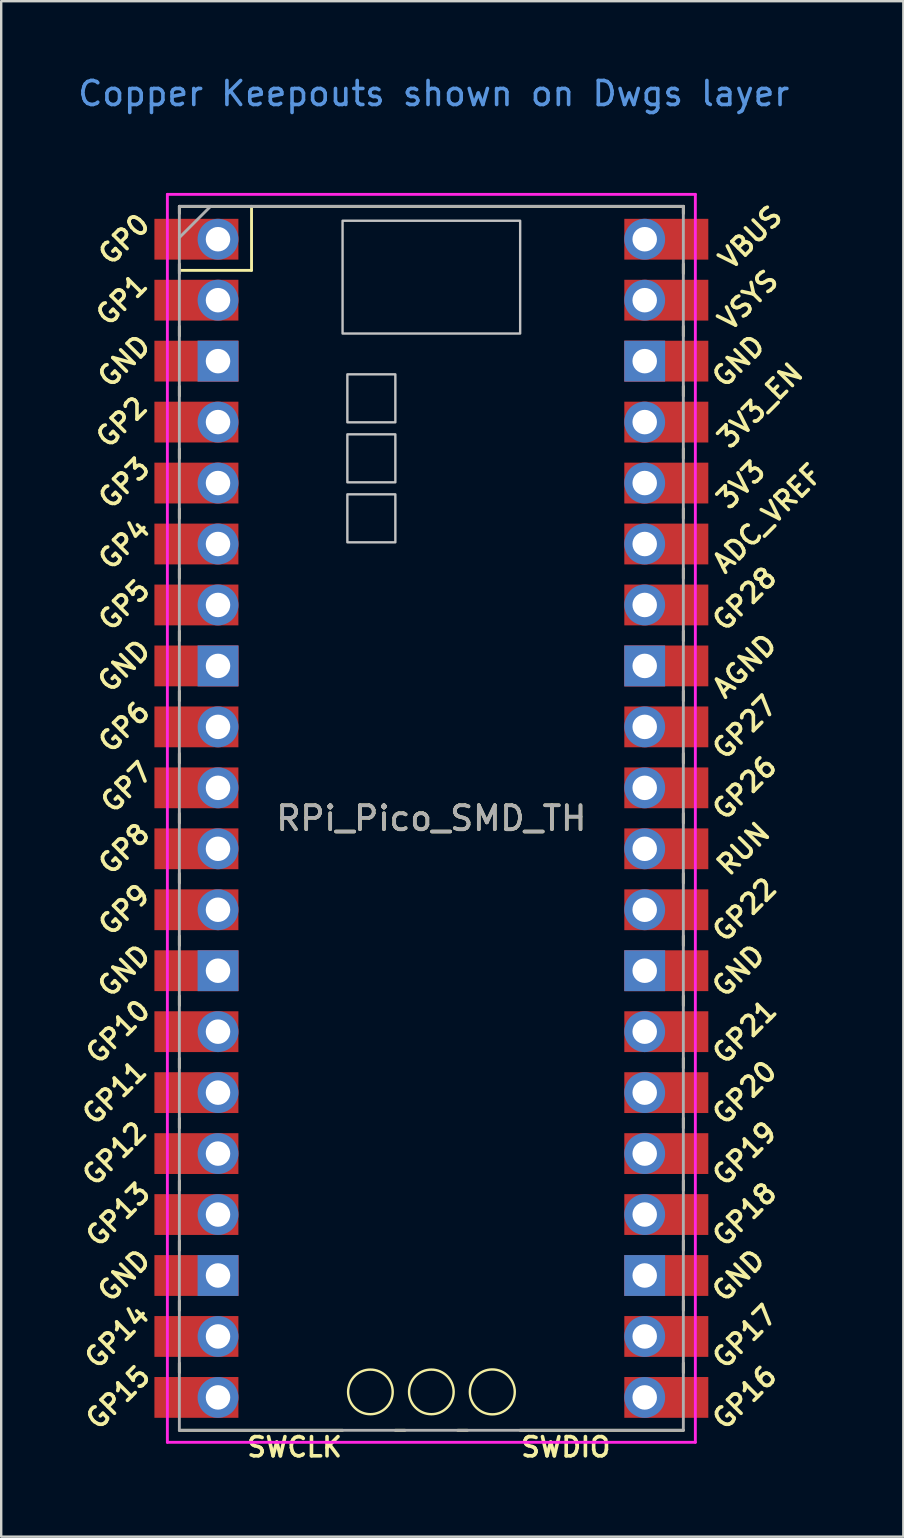
<source format=kicad_pcb>
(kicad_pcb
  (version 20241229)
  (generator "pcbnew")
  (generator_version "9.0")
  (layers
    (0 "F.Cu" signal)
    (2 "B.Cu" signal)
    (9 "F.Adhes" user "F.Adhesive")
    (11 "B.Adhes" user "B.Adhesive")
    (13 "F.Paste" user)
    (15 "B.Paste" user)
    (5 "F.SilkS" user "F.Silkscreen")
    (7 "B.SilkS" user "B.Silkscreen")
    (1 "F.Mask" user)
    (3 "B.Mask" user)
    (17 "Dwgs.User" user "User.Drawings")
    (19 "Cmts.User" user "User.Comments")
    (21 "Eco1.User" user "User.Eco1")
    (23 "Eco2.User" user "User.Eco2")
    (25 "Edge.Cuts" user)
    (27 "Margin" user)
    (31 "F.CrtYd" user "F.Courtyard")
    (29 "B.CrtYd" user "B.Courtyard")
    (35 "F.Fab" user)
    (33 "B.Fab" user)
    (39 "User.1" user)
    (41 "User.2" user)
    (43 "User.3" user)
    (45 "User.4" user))
  (footprint "RPi_Pico_SMD_TH"
    (layer "F.Cu")
    (at 14.924 31.048)
    (property "Reference" "RPi_Pico_SMD_TH" (at 0 0 0) (layer "F.SilkS") (effects (font (size 1 1) (thickness 0.15))))
    (attr through_hole)
    (fp_line (start -10.5 -25.5) (end -10.5 -25.2) (stroke (width 0.12) (type solid)) (layer "F.SilkS"))
    (fp_line (start -10.5 -25.5) (end 10.5 -25.5) (stroke (width 0.12) (type solid)) (layer "F.SilkS"))
    (fp_line (start -10.5 -23.1) (end -10.5 -22.7) (stroke (width 0.12) (type solid)) (layer "F.SilkS"))
    (fp_line (start -10.5 -22.833) (end -7.493 -22.833) (stroke (width 0.12) (type solid)) (layer "F.SilkS"))
    (fp_line (start -10.5 -20.5) (end -10.5 -20.1) (stroke (width 0.12) (type solid)) (layer "F.SilkS"))
    (fp_line (start -10.5 -18) (end -10.5 -17.6) (stroke (width 0.12) (type solid)) (layer "F.SilkS"))
    (fp_line (start -10.5 -15.4) (end -10.5 -15) (stroke (width 0.12) (type solid)) (layer "F.SilkS"))
    (fp_line (start -10.5 -12.9) (end -10.5 -12.5) (stroke (width 0.12) (type solid)) (layer "F.SilkS"))
    (fp_line (start -10.5 -10.4) (end -10.5 -10) (stroke (width 0.12) (type solid)) (layer "F.SilkS"))
    (fp_line (start -10.5 -7.8) (end -10.5 -7.4) (stroke (width 0.12) (type solid)) (layer "F.SilkS"))
    (fp_line (start -10.5 -5.3) (end -10.5 -4.9) (stroke (width 0.12) (type solid)) (layer "F.SilkS"))
    (fp_line (start -10.5 -2.7) (end -10.5 -2.3) (stroke (width 0.12) (type solid)) (layer "F.SilkS"))
    (fp_line (start -10.5 -0.2) (end -10.5 0.2) (stroke (width 0.12) (type solid)) (layer "F.SilkS"))
    (fp_line (start -10.5 2.3) (end -10.5 2.7) (stroke (width 0.12) (type solid)) (layer "F.SilkS"))
    (fp_line (start -10.5 4.9) (end -10.5 5.3) (stroke (width 0.12) (type solid)) (layer "F.SilkS"))
    (fp_line (start -10.5 7.4) (end -10.5 7.8) (stroke (width 0.12) (type solid)) (layer "F.SilkS"))
    (fp_line (start -10.5 10) (end -10.5 10.4) (stroke (width 0.12) (type solid)) (layer "F.SilkS"))
    (fp_line (start -10.5 12.5) (end -10.5 12.9) (stroke (width 0.12) (type solid)) (layer "F.SilkS"))
    (fp_line (start -10.5 15.1) (end -10.5 15.5) (stroke (width 0.12) (type solid)) (layer "F.SilkS"))
    (fp_line (start -10.5 17.6) (end -10.5 18) (stroke (width 0.12) (type solid)) (layer "F.SilkS"))
    (fp_line (start -10.5 20.1) (end -10.5 20.5) (stroke (width 0.12) (type solid)) (layer "F.SilkS"))
    (fp_line (start -10.5 22.7) (end -10.5 23.1) (stroke (width 0.12) (type solid)) (layer "F.SilkS"))
    (fp_line (start -7.493 -22.833) (end -7.493 -25.5) (stroke (width 0.12) (type solid)) (layer "F.SilkS"))
    (fp_line (start -3.7 25.5) (end -10.5 25.5) (stroke (width 0.12) (type solid)) (layer "F.SilkS"))
    (fp_line (start -1.5 25.5) (end -1.1 25.5) (stroke (width 0.12) (type solid)) (layer "F.SilkS"))
    (fp_line (start 1.1 25.5) (end 1.5 25.5) (stroke (width 0.12) (type solid)) (layer "F.SilkS"))
    (fp_line (start 10.5 -25.5) (end 10.5 -25.2) (stroke (width 0.12) (type solid)) (layer "F.SilkS"))
    (fp_line (start 10.5 -23.1) (end 10.5 -22.7) (stroke (width 0.12) (type solid)) (layer "F.SilkS"))
    (fp_line (start 10.5 -20.5) (end 10.5 -20.1) (stroke (width 0.12) (type solid)) (layer "F.SilkS"))
    (fp_line (start 10.5 -18) (end 10.5 -17.6) (stroke (width 0.12) (type solid)) (layer "F.SilkS"))
    (fp_line (start 10.5 -15.4) (end 10.5 -15) (stroke (width 0.12) (type solid)) (layer "F.SilkS"))
    (fp_line (start 10.5 -12.9) (end 10.5 -12.5) (stroke (width 0.12) (type solid)) (layer "F.SilkS"))
    (fp_line (start 10.5 -10.4) (end 10.5 -10) (stroke (width 0.12) (type solid)) (layer "F.SilkS"))
    (fp_line (start 10.5 -7.8) (end 10.5 -7.4) (stroke (width 0.12) (type solid)) (layer "F.SilkS"))
    (fp_line (start 10.5 -5.3) (end 10.5 -4.9) (stroke (width 0.12) (type solid)) (layer "F.SilkS"))
    (fp_line (start 10.5 -2.7) (end 10.5 -2.3) (stroke (width 0.12) (type solid)) (layer "F.SilkS"))
    (fp_line (start 10.5 -0.2) (end 10.5 0.2) (stroke (width 0.12) (type solid)) (layer "F.SilkS"))
    (fp_line (start 10.5 2.3) (end 10.5 2.7) (stroke (width 0.12) (type solid)) (layer "F.SilkS"))
    (fp_line (start 10.5 4.9) (end 10.5 5.3) (stroke (width 0.12) (type solid)) (layer "F.SilkS"))
    (fp_line (start 10.5 7.4) (end 10.5 7.8) (stroke (width 0.12) (type solid)) (layer "F.SilkS"))
    (fp_line (start 10.5 10) (end 10.5 10.4) (stroke (width 0.12) (type solid)) (layer "F.SilkS"))
    (fp_line (start 10.5 12.5) (end 10.5 12.9) (stroke (width 0.12) (type solid)) (layer "F.SilkS"))
    (fp_line (start 10.5 15.1) (end 10.5 15.5) (stroke (width 0.12) (type solid)) (layer "F.SilkS"))
    (fp_line (start 10.5 17.6) (end 10.5 18) (stroke (width 0.12) (type solid)) (layer "F.SilkS"))
    (fp_line (start 10.5 20.1) (end 10.5 20.5) (stroke (width 0.12) (type solid)) (layer "F.SilkS"))
    (fp_line (start 10.5 22.7) (end 10.5 23.1) (stroke (width 0.12) (type solid)) (layer "F.SilkS"))
    (fp_line (start 10.5 25.5) (end 3.7 25.5) (stroke (width 0.12) (type solid)) (layer "F.SilkS"))
    (fp_circle (center -2.54 23.9) (end -1.778 23.368) (stroke (width 0.1) (type default)) (fill no) (layer "F.SilkS"))
    (fp_circle (center 0 23.9) (end 0.762 23.368) (stroke (width 0.1) (type default)) (fill no) (layer "F.SilkS"))
    (fp_circle (center 2.54 23.9) (end 3.048 23.114) (stroke (width 0.1) (type default)) (fill no) (layer "F.SilkS"))
    (fp_poly (pts (xy -1.5 -16.5) (xy -3.5 -16.5) (xy -3.5 -18.5) (xy -1.5 -18.5)) (stroke (width 0.1) (type solid)) (fill no) (layer "Dwgs.User"))
    (fp_poly (pts (xy -1.5 -14) (xy -3.5 -14) (xy -3.5 -16) (xy -1.5 -16)) (stroke (width 0.1) (type solid)) (fill no) (layer "Dwgs.User"))
    (fp_poly (pts (xy -1.5 -11.5) (xy -3.5 -11.5) (xy -3.5 -13.5) (xy -1.5 -13.5)) (stroke (width 0.1) (type solid)) (fill no) (layer "Dwgs.User"))
    (fp_poly (pts (xy 3.7 -20.2) (xy -3.7 -20.2) (xy -3.7 -24.9) (xy 3.7 -24.9)) (stroke (width 0.1) (type solid)) (fill no) (layer "Dwgs.User"))
    (fp_line (start -11 -26) (end 11 -26) (stroke (width 0.12) (type solid)) (layer "F.CrtYd"))
    (fp_line (start -11 26) (end -11 -26) (stroke (width 0.12) (type solid)) (layer "F.CrtYd"))
    (fp_line (start 11 -26) (end 11 26) (stroke (width 0.12) (type solid)) (layer "F.CrtYd"))
    (fp_line (start 11 26) (end -11 26) (stroke (width 0.12) (type solid)) (layer "F.CrtYd"))
    (fp_line (start -10.5 -25.5) (end 10.5 -25.5) (stroke (width 0.12) (type solid)) (layer "F.Fab"))
    (fp_line (start -10.5 -24.2) (end -9.2 -25.5) (stroke (width 0.12) (type solid)) (layer "F.Fab"))
    (fp_line (start -10.5 25.5) (end -10.5 -25.5) (stroke (width 0.12) (type solid)) (layer "F.Fab"))
    (fp_line (start 10.5 -25.5) (end 10.5 25.5) (stroke (width 0.12) (type solid)) (layer "F.Fab"))
    (fp_line (start 10.5 25.5) (end -10.5 25.5) (stroke (width 0.12) (type solid)) (layer "F.Fab"))
    (fp_text user "GP20" (at 13.054 11.43 45) (layer "F.SilkS") (effects (font (size 0.8 0.8) (thickness 0.15))))
    (fp_text user "GND" (at -12.8 6.35 45) (layer "F.SilkS") (effects (font (size 0.8 0.8) (thickness 0.15))))
    (fp_text user "ADC_VREF" (at 14 -12.5 45) (layer "F.SilkS") (effects (font (size 0.8 0.8) (thickness 0.15))))
    (fp_text user "GP11" (at -13.2 11.43 45) (layer "F.SilkS") (effects (font (size 0.8 0.8) (thickness 0.15))))
    (fp_text user "GP27" (at 13.054 -3.8 45) (layer "F.SilkS") (effects (font (size 0.8 0.8) (thickness 0.15))))
    (fp_text user "GP10" (at -13.054 8.89 45) (layer "F.SilkS") (effects (font (size 0.8 0.8) (thickness 0.15))))
    (fp_text user "GP22" (at 13.054 3.81 45) (layer "F.SilkS") (effects (font (size 0.8 0.8) (thickness 0.15))))
    (fp_text user "GP21" (at 13.054 8.9 45) (layer "F.SilkS") (effects (font (size 0.8 0.8) (thickness 0.15))))
    (fp_text user "GP2" (at -12.9 -16.51 45) (layer "F.SilkS") (effects (font (size 0.8 0.8) (thickness 0.15))))
    (fp_text user "GND" (at 12.8 19.05 45) (layer "F.SilkS") (effects (font (size 0.8 0.8) (thickness 0.15))))
    (fp_text user "GP5" (at -12.8 -8.89 45) (layer "F.SilkS") (effects (font (size 0.8 0.8) (thickness 0.15))))
    (fp_text user "AGND" (at 13.054 -6.35 45) (layer "F.SilkS") (effects (font (size 0.8 0.8) (thickness 0.15))))
    (fp_text user "GP1" (at -12.9 -21.6 45) (layer "F.SilkS") (effects (font (size 0.8 0.8) (thickness 0.15))))
    (fp_text user "GP0" (at -12.8 -24.13 45) (layer "F.SilkS") (effects (font (size 0.8 0.8) (thickness 0.15))))
    (fp_text user "GP26" (at 13.054 -1.27 45) (layer "F.SilkS") (effects (font (size 0.8 0.8) (thickness 0.15))))
    (fp_text user "GP3" (at -12.8 -13.97 45) (layer "F.SilkS") (effects (font (size 0.8 0.8) (thickness 0.15))))
    (fp_text user "GP4" (at -12.8 -11.43 45) (layer "F.SilkS") (effects (font (size 0.8 0.8) (thickness 0.15))))
    (fp_text user "GP16" (at 13.054 24.13 45) (layer "F.SilkS") (effects (font (size 0.8 0.8) (thickness 0.15))))
    (fp_text user "GP17" (at 13.054 21.59 45) (layer "F.SilkS") (effects (font (size 0.8 0.8) (thickness 0.15))))
    (fp_text user "GP12" (at -13.2 13.97 45) (layer "F.SilkS") (effects (font (size 0.8 0.8) (thickness 0.15))))
    (fp_text user "SWDIO" (at 5.6 26.2 0) (layer "F.SilkS") (effects (font (size 0.8 0.8) (thickness 0.15))))
    (fp_text user "3V3_EN" (at 13.7 -17.2 45) (layer "F.SilkS") (effects (font (size 0.8 0.8) (thickness 0.15))))
    (fp_text user "VSYS" (at 13.2 -21.59 45) (layer "F.SilkS") (effects (font (size 0.8 0.8) (thickness 0.15))))
    (fp_text user "GP13" (at -13.054 16.51 45) (layer "F.SilkS") (effects (font (size 0.8 0.8) (thickness 0.15))))
    (fp_text user "GP28" (at 13.054 -9.144 45) (layer "F.SilkS") (effects (font (size 0.8 0.8) (thickness 0.15))))
    (fp_text user "GP7" (at -12.7 -1.3 45) (layer "F.SilkS") (effects (font (size 0.8 0.8) (thickness 0.15))))
    (fp_text user "GP6" (at -12.8 -3.81 45) (layer "F.SilkS") (effects (font (size 0.8 0.8) (thickness 0.15))))
    (fp_text user "GP9" (at -12.8 3.81 45) (layer "F.SilkS") (effects (font (size 0.8 0.8) (thickness 0.15))))
    (fp_text user "GP15" (at -13.054 24.13 45) (layer "F.SilkS") (effects (font (size 0.8 0.8) (thickness 0.15))))
    (fp_text user "GND" (at -12.8 19.05 45) (layer "F.SilkS") (effects (font (size 0.8 0.8) (thickness 0.15))))
    (fp_text user "VBUS" (at 13.3 -24.2 45) (layer "F.SilkS") (effects (font (size 0.8 0.8) (thickness 0.15))))
    (fp_text user "SWCLK" (at -5.7 26.2 0) (layer "F.SilkS") (effects (font (size 0.8 0.8) (thickness 0.15))))
    (fp_text user "GP8" (at -12.8 1.27 45) (layer "F.SilkS") (effects (font (size 0.8 0.8) (thickness 0.15))))
    (fp_text user "GND" (at 12.8 6.35 45) (layer "F.SilkS") (effects (font (size 0.8 0.8) (thickness 0.15))))
    (fp_text user "GP19" (at 13.054 13.97 45) (layer "F.SilkS") (effects (font (size 0.8 0.8) (thickness 0.15))))
    (fp_text user "RUN" (at 13 1.27 45) (layer "F.SilkS") (effects (font (size 0.8 0.8) (thickness 0.15))))
    (fp_text user "GP18" (at 13.054 16.51 45) (layer "F.SilkS") (effects (font (size 0.8 0.8) (thickness 0.15))))
    (fp_text user "GND" (at -12.8 -19.05 45) (layer "F.SilkS") (effects (font (size 0.8 0.8) (thickness 0.15))))
    (fp_text user "GND" (at 12.8 -19.05 45) (layer "F.SilkS") (effects (font (size 0.8 0.8) (thickness 0.15))))
    (fp_text user "GP14" (at -13.1 21.59 45) (layer "F.SilkS") (effects (font (size 0.8 0.8) (thickness 0.15))))
    (fp_text user "GND" (at -12.8 -6.35 45) (layer "F.SilkS") (effects (font (size 0.8 0.8) (thickness 0.15))))
    (fp_text user "3V3" (at 12.9 -13.9 45) (layer "F.SilkS") (effects (font (size 0.8 0.8) (thickness 0.15))))
    (fp_text user "Copper Keepouts shown on Dwgs layer" (at 0.1 -30.2 0) (layer "Cmts.User") (effects (font (size 1 1) (thickness 0.15))))
    (fp_text user "${REFERENCE}" (at 0 0 180) (layer "F.Fab") (effects (font (size 1 1) (thickness 0.15))))
    (pad "1" thru_hole oval (at -8.89 -24.13) (size 1.7 1.7) (drill 1.02) (layers "*.Cu" "*.Mask"))
    (pad "1" smd rect (at -8.89 -24.13) (size 3.5 1.7) (drill (offset -0.9 0)) (layers "F.Cu" "F.Mask"))
    (pad "2" thru_hole oval (at -8.89 -21.59) (size 1.7 1.7) (drill 1.02) (layers "*.Cu" "*.Mask"))
    (pad "2" smd rect (at -8.89 -21.59) (size 3.5 1.7) (drill (offset -0.9 0)) (layers "F.Cu" "F.Mask"))
    (pad "3" thru_hole rect (at -8.89 -19.05) (size 1.7 1.7) (drill 1.02) (layers "*.Cu" "*.Mask"))
    (pad "3" smd rect (at -8.89 -19.05) (size 3.5 1.7) (drill (offset -0.9 0)) (layers "F.Cu" "F.Mask"))
    (pad "4" thru_hole oval (at -8.89 -16.51) (size 1.7 1.7) (drill 1.02) (layers "*.Cu" "*.Mask"))
    (pad "4" smd rect (at -8.89 -16.51) (size 3.5 1.7) (drill (offset -0.9 0)) (layers "F.Cu" "F.Mask"))
    (pad "5" thru_hole oval (at -8.89 -13.97) (size 1.7 1.7) (drill 1.02) (layers "*.Cu" "*.Mask"))
    (pad "5" smd rect (at -8.89 -13.97) (size 3.5 1.7) (drill (offset -0.9 0)) (layers "F.Cu" "F.Mask"))
    (pad "6" thru_hole oval (at -8.89 -11.43) (size 1.7 1.7) (drill 1.02) (layers "*.Cu" "*.Mask"))
    (pad "6" smd rect (at -8.89 -11.43) (size 3.5 1.7) (drill (offset -0.9 0)) (layers "F.Cu" "F.Mask"))
    (pad "7" thru_hole oval (at -8.89 -8.89) (size 1.7 1.7) (drill 1.02) (layers "*.Cu" "*.Mask"))
    (pad "7" smd rect (at -8.89 -8.89) (size 3.5 1.7) (drill (offset -0.9 0)) (layers "F.Cu" "F.Mask"))
    (pad "8" thru_hole rect (at -8.89 -6.35) (size 1.7 1.7) (drill 1.02) (layers "*.Cu" "*.Mask"))
    (pad "8" smd rect (at -8.89 -6.35) (size 3.5 1.7) (drill (offset -0.9 0)) (layers "F.Cu" "F.Mask"))
    (pad "9" thru_hole oval (at -8.89 -3.81) (size 1.7 1.7) (drill 1.02) (layers "*.Cu" "*.Mask"))
    (pad "9" smd rect (at -8.89 -3.81) (size 3.5 1.7) (drill (offset -0.9 0)) (layers "F.Cu" "F.Mask"))
    (pad "10" thru_hole oval (at -8.89 -1.27) (size 1.7 1.7) (drill 1.02) (layers "*.Cu" "*.Mask"))
    (pad "10" smd rect (at -8.89 -1.27) (size 3.5 1.7) (drill (offset -0.9 0)) (layers "F.Cu" "F.Mask"))
    (pad "11" thru_hole oval (at -8.89 1.27) (size 1.7 1.7) (drill 1.02) (layers "*.Cu" "*.Mask"))
    (pad "11" smd rect (at -8.89 1.27) (size 3.5 1.7) (drill (offset -0.9 0)) (layers "F.Cu" "F.Mask"))
    (pad "12" thru_hole oval (at -8.89 3.81) (size 1.7 1.7) (drill 1.02) (layers "*.Cu" "*.Mask"))
    (pad "12" smd rect (at -8.89 3.81) (size 3.5 1.7) (drill (offset -0.9 0)) (layers "F.Cu" "F.Mask"))
    (pad "13" thru_hole rect (at -8.89 6.35) (size 1.7 1.7) (drill 1.02) (layers "*.Cu" "*.Mask"))
    (pad "13" smd rect (at -8.89 6.35) (size 3.5 1.7) (drill (offset -0.9 0)) (layers "F.Cu" "F.Mask"))
    (pad "14" thru_hole oval (at -8.89 8.89) (size 1.7 1.7) (drill 1.02) (layers "*.Cu" "*.Mask"))
    (pad "14" smd rect (at -8.89 8.89) (size 3.5 1.7) (drill (offset -0.9 0)) (layers "F.Cu" "F.Mask"))
    (pad "15" thru_hole oval (at -8.89 11.43) (size 1.7 1.7) (drill 1.02) (layers "*.Cu" "*.Mask"))
    (pad "15" smd rect (at -8.89 11.43) (size 3.5 1.7) (drill (offset -0.9 0)) (layers "F.Cu" "F.Mask"))
    (pad "16" thru_hole oval (at -8.89 13.97) (size 1.7 1.7) (drill 1.02) (layers "*.Cu" "*.Mask"))
    (pad "16" smd rect (at -8.89 13.97) (size 3.5 1.7) (drill (offset -0.9 0)) (layers "F.Cu" "F.Mask"))
    (pad "17" thru_hole oval (at -8.89 16.51) (size 1.7 1.7) (drill 1.02) (layers "*.Cu" "*.Mask"))
    (pad "17" smd rect (at -8.89 16.51) (size 3.5 1.7) (drill (offset -0.9 0)) (layers "F.Cu" "F.Mask"))
    (pad "18" thru_hole rect (at -8.89 19.05) (size 1.7 1.7) (drill 1.02) (layers "*.Cu" "*.Mask"))
    (pad "18" smd rect (at -8.89 19.05) (size 3.5 1.7) (drill (offset -0.9 0)) (layers "F.Cu" "F.Mask"))
    (pad "19" thru_hole oval (at -8.89 21.59) (size 1.7 1.7) (drill 1.02) (layers "*.Cu" "*.Mask"))
    (pad "19" smd rect (at -8.89 21.59) (size 3.5 1.7) (drill (offset -0.9 0)) (layers "F.Cu" "F.Mask"))
    (pad "20" thru_hole oval (at -8.89 24.13) (size 1.7 1.7) (drill 1.02) (layers "*.Cu" "*.Mask"))
    (pad "20" smd rect (at -8.89 24.13) (size 3.5 1.7) (drill (offset -0.9 0)) (layers "F.Cu" "F.Mask"))
    (pad "21" thru_hole oval (at 8.89 24.13) (size 1.7 1.7) (drill 1.02) (layers "*.Cu" "*.Mask"))
    (pad "21" smd rect (at 8.89 24.13) (size 3.5 1.7) (drill (offset 0.9 0)) (layers "F.Cu" "F.Mask"))
    (pad "22" thru_hole oval (at 8.89 21.59) (size 1.7 1.7) (drill 1.02) (layers "*.Cu" "*.Mask"))
    (pad "22" smd rect (at 8.89 21.59) (size 3.5 1.7) (drill (offset 0.9 0)) (layers "F.Cu" "F.Mask"))
    (pad "23" thru_hole rect (at 8.89 19.05) (size 1.7 1.7) (drill 1.02) (layers "*.Cu" "*.Mask"))
    (pad "23" smd rect (at 8.89 19.05) (size 3.5 1.7) (drill (offset 0.9 0)) (layers "F.Cu" "F.Mask"))
    (pad "24" thru_hole oval (at 8.89 16.51) (size 1.7 1.7) (drill 1.02) (layers "*.Cu" "*.Mask"))
    (pad "24" smd rect (at 8.89 16.51) (size 3.5 1.7) (drill (offset 0.9 0)) (layers "F.Cu" "F.Mask"))
    (pad "25" thru_hole oval (at 8.89 13.97) (size 1.7 1.7) (drill 1.02) (layers "*.Cu" "*.Mask"))
    (pad "25" smd rect (at 8.89 13.97) (size 3.5 1.7) (drill (offset 0.9 0)) (layers "F.Cu" "F.Mask"))
    (pad "26" thru_hole oval (at 8.89 11.43) (size 1.7 1.7) (drill 1.02) (layers "*.Cu" "*.Mask"))
    (pad "26" smd rect (at 8.89 11.43) (size 3.5 1.7) (drill (offset 0.9 0)) (layers "F.Cu" "F.Mask"))
    (pad "27" thru_hole oval (at 8.89 8.89) (size 1.7 1.7) (drill 1.02) (layers "*.Cu" "*.Mask"))
    (pad "27" smd rect (at 8.89 8.89) (size 3.5 1.7) (drill (offset 0.9 0)) (layers "F.Cu" "F.Mask"))
    (pad "28" thru_hole rect (at 8.89 6.35) (size 1.7 1.7) (drill 1.02) (layers "*.Cu" "*.Mask"))
    (pad "28" smd rect (at 8.89 6.35) (size 3.5 1.7) (drill (offset 0.9 0)) (layers "F.Cu" "F.Mask"))
    (pad "29" thru_hole oval (at 8.89 3.81) (size 1.7 1.7) (drill 1.02) (layers "*.Cu" "*.Mask"))
    (pad "29" smd rect (at 8.89 3.81) (size 3.5 1.7) (drill (offset 0.9 0)) (layers "F.Cu" "F.Mask"))
    (pad "30" thru_hole oval (at 8.89 1.27) (size 1.7 1.7) (drill 1.02) (layers "*.Cu" "*.Mask"))
    (pad "30" smd rect (at 8.89 1.27) (size 3.5 1.7) (drill (offset 0.9 0)) (layers "F.Cu" "F.Mask"))
    (pad "31" thru_hole oval (at 8.89 -1.27) (size 1.7 1.7) (drill 1.02) (layers "*.Cu" "*.Mask"))
    (pad "31" smd rect (at 8.89 -1.27) (size 3.5 1.7) (drill (offset 0.9 0)) (layers "F.Cu" "F.Mask"))
    (pad "32" thru_hole oval (at 8.89 -3.81) (size 1.7 1.7) (drill 1.02) (layers "*.Cu" "*.Mask"))
    (pad "32" smd rect (at 8.89 -3.81) (size 3.5 1.7) (drill (offset 0.9 0)) (layers "F.Cu" "F.Mask"))
    (pad "33" thru_hole rect (at 8.89 -6.35) (size 1.7 1.7) (drill 1.02) (layers "*.Cu" "*.Mask"))
    (pad "33" smd rect (at 8.89 -6.35) (size 3.5 1.7) (drill (offset 0.9 0)) (layers "F.Cu" "F.Mask"))
    (pad "34" thru_hole oval (at 8.89 -8.89) (size 1.7 1.7) (drill 1.02) (layers "*.Cu" "*.Mask"))
    (pad "34" smd rect (at 8.89 -8.89) (size 3.5 1.7) (drill (offset 0.9 0)) (layers "F.Cu" "F.Mask"))
    (pad "35" thru_hole oval (at 8.89 -11.43) (size 1.7 1.7) (drill 1.02) (layers "*.Cu" "*.Mask"))
    (pad "35" smd rect (at 8.89 -11.43) (size 3.5 1.7) (drill (offset 0.9 0)) (layers "F.Cu" "F.Mask"))
    (pad "36" thru_hole oval (at 8.89 -13.97) (size 1.7 1.7) (drill 1.02) (layers "*.Cu" "*.Mask"))
    (pad "36" smd rect (at 8.89 -13.97) (size 3.5 1.7) (drill (offset 0.9 0)) (layers "F.Cu" "F.Mask"))
    (pad "37" thru_hole oval (at 8.89 -16.51) (size 1.7 1.7) (drill 1.02) (layers "*.Cu" "*.Mask"))
    (pad "37" smd rect (at 8.89 -16.51) (size 3.5 1.7) (drill (offset 0.9 0)) (layers "F.Cu" "F.Mask"))
    (pad "38" thru_hole rect (at 8.89 -19.05) (size 1.7 1.7) (drill 1.02) (layers "*.Cu" "*.Mask"))
    (pad "38" smd rect (at 8.89 -19.05) (size 3.5 1.7) (drill (offset 0.9 0)) (layers "F.Cu" "F.Mask"))
    (pad "39" thru_hole oval (at 8.89 -21.59) (size 1.7 1.7) (drill 1.02) (layers "*.Cu" "*.Mask"))
    (pad "39" smd rect (at 8.89 -21.59) (size 3.5 1.7) (drill (offset 0.9 0)) (layers "F.Cu" "F.Mask"))
    (pad "40" thru_hole oval (at 8.89 -24.13) (size 1.7 1.7) (drill 1.02) (layers "*.Cu" "*.Mask"))
    (pad "40" smd rect (at 8.89 -24.13) (size 3.5 1.7) (drill (offset 0.9 0)) (layers "F.Cu" "F.Mask")))
  (gr_rect
    (start -3 -3)
    (end 34.591 60.98)
    (stroke (width 0.1) (type default))
    (fill no)
    (layer "Edge.Cuts")))
</source>
